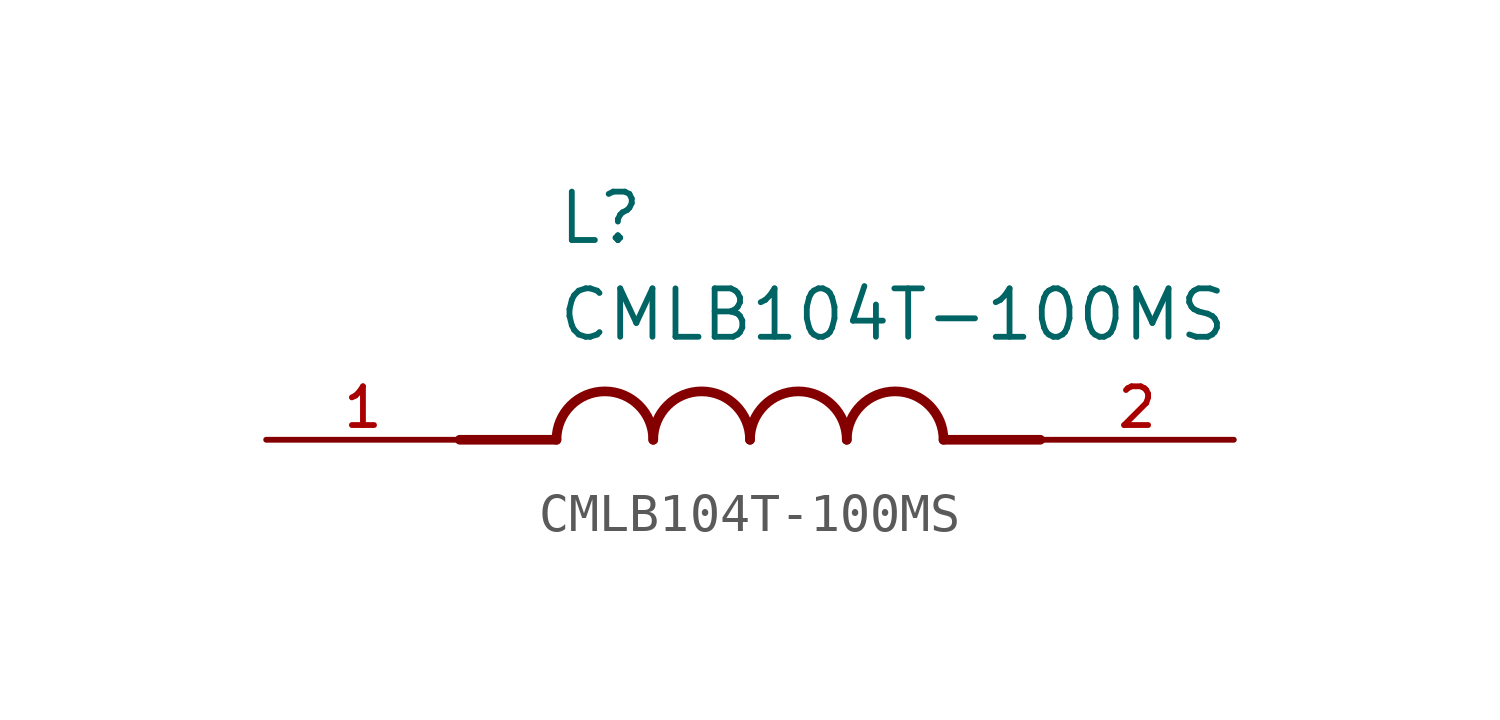
<source format=kicad_sym>
(kicad_symbol_lib
  (version 20211014)
  (generator kicad_symbol_editor)
  (symbol "CMLB104T-100MS"
    (pin_names
      (offset 1.016))
    (property "Reference" "L"
      (at -5.08 5.08 0)
      (effects (font (size 1.27 1.27)) (justify bottom left)))
    (property "Value" "CMLB104T-100MS"
      (at -5.08 2.54 0)
      (effects (font (size 1.27 1.27)) (justify bottom left)))
    (symbol "CMLB104T-100MS_0_0"
      (polyline (pts (xy -5.08 0.0) (xy -7.62 0.0)) (stroke (width 0.254)))
      (polyline (pts (xy 5.08 0.0) (xy 7.62 0.0)) (stroke (width 0.254)))
      (arc (start -2.54 0.0) (mid -3.81 1.27) (end -5.08 0.0) (stroke (width 0.254) (type default) (color 0 0 0 0)) (fill (type none)))
      (arc (start 0.0 0.0) (mid -1.27 1.27) (end -2.54 0.0) (stroke (width 0.254) (type default) (color 0 0 0 0)) (fill (type none)))
      (arc (start 2.54 0.0) (mid 1.27 1.27) (end 0.0 0.0) (stroke (width 0.254) (type default) (color 0 0 0 0)) (fill (type none)))
      (arc (start 5.08 0.0) (mid 3.81 1.27) (end 2.54 0.0) (stroke (width 0.254) (type default) (color 0 0 0 0)) (fill (type none)))
      (pin passive line (at -12.7 0.0 0) (length 5.08) (name "~" (effects (font (size 1.016 1.016)))) (number "1" (effects (font (size 1.016 1.016)))))
      (pin passive line (at 12.7 0.0 180.0) (length 5.08) (name "~" (effects (font (size 1.016 1.016)))) (number "2" (effects (font (size 1.016 1.016))))))))
</source>
